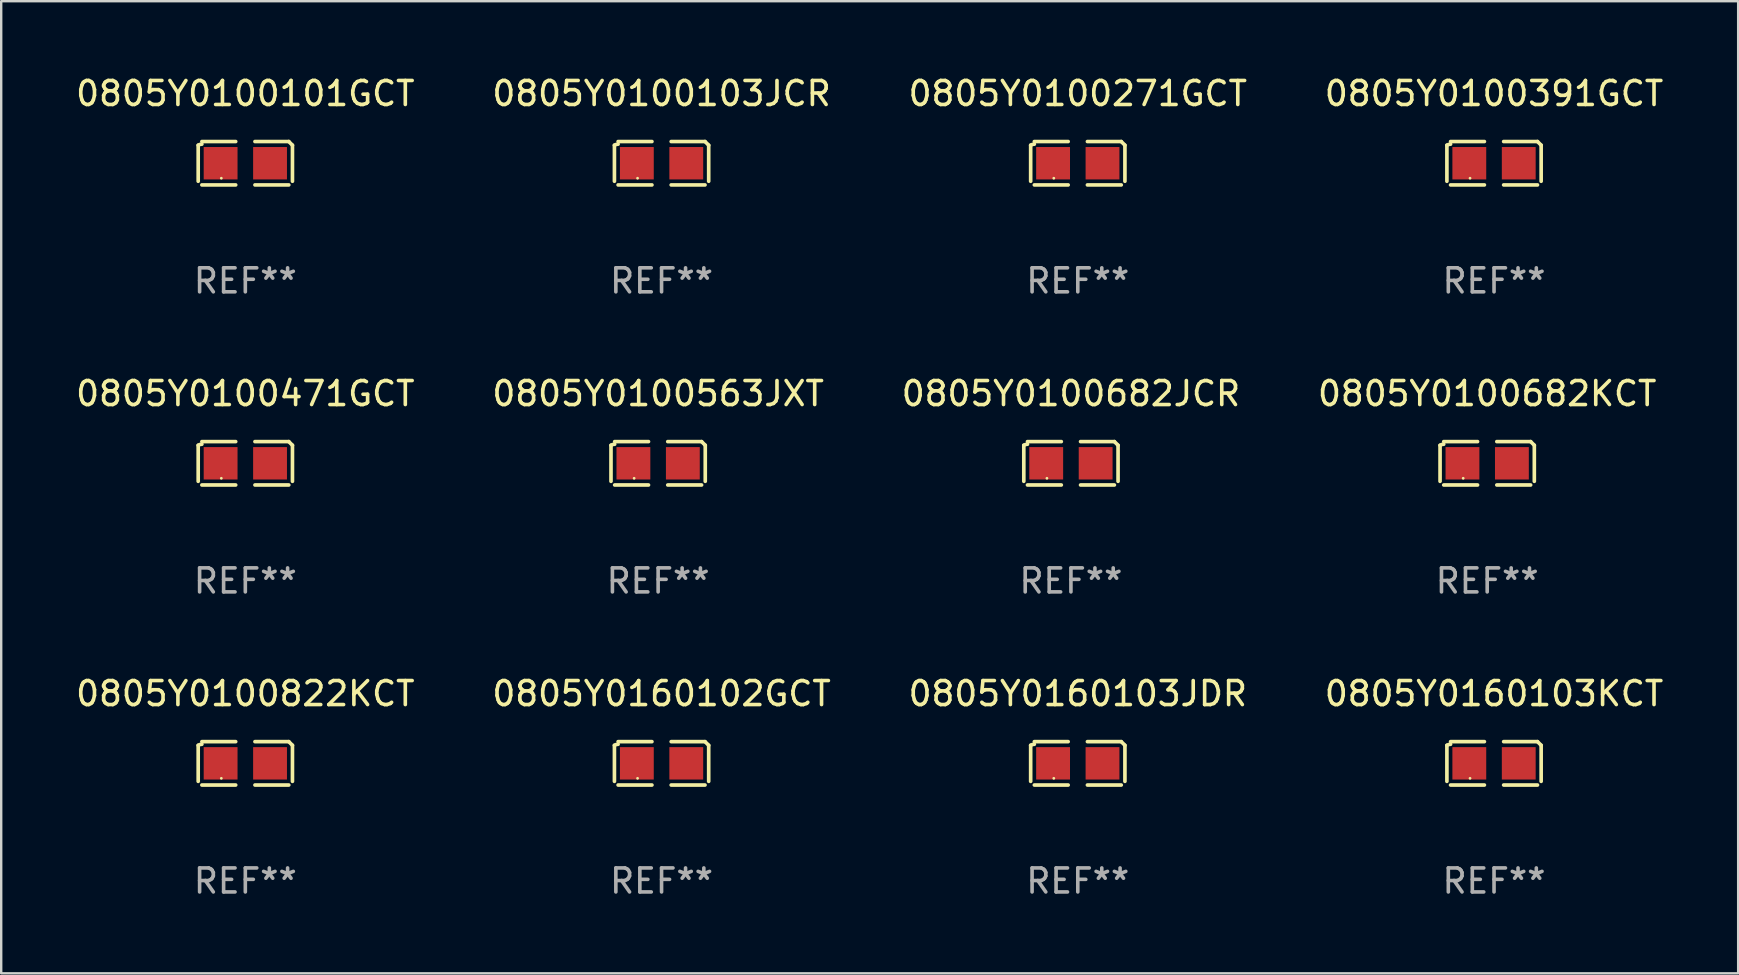
<source format=kicad_pcb>
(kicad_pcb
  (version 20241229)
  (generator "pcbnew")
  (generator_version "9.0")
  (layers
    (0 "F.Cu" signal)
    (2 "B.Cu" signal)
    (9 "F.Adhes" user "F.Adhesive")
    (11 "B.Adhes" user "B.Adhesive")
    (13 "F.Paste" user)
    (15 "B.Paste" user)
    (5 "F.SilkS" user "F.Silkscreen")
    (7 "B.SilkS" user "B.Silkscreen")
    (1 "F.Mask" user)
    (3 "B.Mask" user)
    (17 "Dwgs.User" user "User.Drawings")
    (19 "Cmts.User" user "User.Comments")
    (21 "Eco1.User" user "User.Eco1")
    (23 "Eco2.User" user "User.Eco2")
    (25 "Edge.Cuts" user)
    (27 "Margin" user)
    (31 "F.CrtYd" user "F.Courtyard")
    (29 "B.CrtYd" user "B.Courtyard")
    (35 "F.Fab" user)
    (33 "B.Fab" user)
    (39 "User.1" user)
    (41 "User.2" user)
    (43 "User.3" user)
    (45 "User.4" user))
  (footprint "0805Y0160102GCT"
    (layer "F.Cu")
    (at 24.518 28.759)
    (property "Reference" "0805Y0160102GCT" (at 0 -2.904 0) (layer "F.SilkS") (effects (font (size 1 1) (thickness 0.15))))
    (attr through_hole)
    (fp_line (start -1.964 0.751) (end -1.964 -0.751) (stroke (width 0.152) (type solid)) (layer "F.SilkS"))
    (fp_line (start -1.811 -0.904) (end -0.401 -0.904) (stroke (width 0.152) (type solid)) (layer "F.SilkS"))
    (fp_line (start -0.401 0.904) (end -1.811 0.904) (stroke (width 0.152) (type solid)) (layer "F.SilkS"))
    (fp_line (start 0.401 0.904) (end 1.811 0.904) (stroke (width 0.152) (type solid)) (layer "F.SilkS"))
    (fp_line (start 1.811 -0.904) (end 0.401 -0.904) (stroke (width 0.152) (type solid)) (layer "F.SilkS"))
    (fp_line (start 1.964 0.751) (end 1.964 -0.751) (stroke (width 0.152) (type solid)) (layer "F.SilkS"))
    (fp_arc (start -1.963602 -0.751207) (mid -1.890354 -0.783131) (end -1.811201 -0.794044) (stroke (width 0.1524) (type solid)) (layer "F.SilkS"))
    (fp_arc (start 1.811202 -0.903607) (mid 1.887413 -0.827418) (end 1.963602 -0.751207) (stroke (width 0.1524) (type solid)) (layer "F.SilkS"))
    (fp_circle (center -1 0.625) (end -0.97 0.625) (stroke (width 0.06) (type solid)) (fill no) (layer "F.SilkS"))
    (fp_text user "REF**" (at 0 4.904 0) (layer "F.Fab") (effects (font (size 1 1) (thickness 0.15))))
    (pad "1" smd rect (at -1.03 0) (size 1.41 1.35) (layers "F.Cu" "F.Mask" "F.Paste"))
    (pad "2" smd rect (at 1.03 0) (size 1.41 1.35) (layers "F.Cu" "F.Mask" "F.Paste")))
  (footprint "0805Y0100391GCT"
    (layer "F.Cu")
    (at 59.208 3.752)
    (property "Reference" "0805Y0100391GCT" (at 0 -2.904 0) (layer "F.SilkS") (effects (font (size 1 1) (thickness 0.15))))
    (attr through_hole)
    (fp_line (start -1.964 0.751) (end -1.964 -0.751) (stroke (width 0.152) (type solid)) (layer "F.SilkS"))
    (fp_line (start -1.811 -0.904) (end -0.401 -0.904) (stroke (width 0.152) (type solid)) (layer "F.SilkS"))
    (fp_line (start -0.401 0.904) (end -1.811 0.904) (stroke (width 0.152) (type solid)) (layer "F.SilkS"))
    (fp_line (start 0.401 0.904) (end 1.811 0.904) (stroke (width 0.152) (type solid)) (layer "F.SilkS"))
    (fp_line (start 1.811 -0.904) (end 0.401 -0.904) (stroke (width 0.152) (type solid)) (layer "F.SilkS"))
    (fp_line (start 1.964 0.751) (end 1.964 -0.751) (stroke (width 0.152) (type solid)) (layer "F.SilkS"))
    (fp_arc (start -1.963602 -0.751207) (mid -1.890354 -0.783131) (end -1.811201 -0.794044) (stroke (width 0.1524) (type solid)) (layer "F.SilkS"))
    (fp_arc (start 1.811202 -0.903607) (mid 1.887413 -0.827418) (end 1.963602 -0.751207) (stroke (width 0.1524) (type solid)) (layer "F.SilkS"))
    (fp_circle (center -1 0.625) (end -0.97 0.625) (stroke (width 0.06) (type solid)) (fill no) (layer "F.SilkS"))
    (fp_text user "REF**" (at 0 4.904 0) (layer "F.Fab") (effects (font (size 1 1) (thickness 0.15))))
    (pad "1" smd rect (at -1.03 0) (size 1.41 1.35) (layers "F.Cu" "F.Mask" "F.Paste"))
    (pad "2" smd rect (at 1.03 0) (size 1.41 1.35) (layers "F.Cu" "F.Mask" "F.Paste")))
  (footprint "0805Y0100271GCT"
    (layer "F.Cu")
    (at 41.863 3.752)
    (property "Reference" "0805Y0100271GCT" (at 0 -2.904 0) (layer "F.SilkS") (effects (font (size 1 1) (thickness 0.15))))
    (attr through_hole)
    (fp_line (start -1.964 0.751) (end -1.964 -0.751) (stroke (width 0.152) (type solid)) (layer "F.SilkS"))
    (fp_line (start -1.811 -0.904) (end -0.401 -0.904) (stroke (width 0.152) (type solid)) (layer "F.SilkS"))
    (fp_line (start -0.401 0.904) (end -1.811 0.904) (stroke (width 0.152) (type solid)) (layer "F.SilkS"))
    (fp_line (start 0.401 0.904) (end 1.811 0.904) (stroke (width 0.152) (type solid)) (layer "F.SilkS"))
    (fp_line (start 1.811 -0.904) (end 0.401 -0.904) (stroke (width 0.152) (type solid)) (layer "F.SilkS"))
    (fp_line (start 1.964 0.751) (end 1.964 -0.751) (stroke (width 0.152) (type solid)) (layer "F.SilkS"))
    (fp_arc (start -1.963602 -0.751207) (mid -1.890354 -0.783131) (end -1.811201 -0.794044) (stroke (width 0.1524) (type solid)) (layer "F.SilkS"))
    (fp_arc (start 1.811202 -0.903607) (mid 1.887413 -0.827418) (end 1.963602 -0.751207) (stroke (width 0.1524) (type solid)) (layer "F.SilkS"))
    (fp_circle (center -1 0.625) (end -0.97 0.625) (stroke (width 0.06) (type solid)) (fill no) (layer "F.SilkS"))
    (fp_text user "REF**" (at 0 4.904 0) (layer "F.Fab") (effects (font (size 1 1) (thickness 0.15))))
    (pad "1" smd rect (at -1.03 0) (size 1.41 1.35) (layers "F.Cu" "F.Mask" "F.Paste"))
    (pad "2" smd rect (at 1.03 0) (size 1.41 1.35) (layers "F.Cu" "F.Mask" "F.Paste")))
  (footprint "0805Y0160103KCT"
    (layer "F.Cu")
    (at 59.208 28.759)
    (property "Reference" "0805Y0160103KCT" (at 0 -2.904 0) (layer "F.SilkS") (effects (font (size 1 1) (thickness 0.15))))
    (attr through_hole)
    (fp_line (start -1.964 0.751) (end -1.964 -0.751) (stroke (width 0.152) (type solid)) (layer "F.SilkS"))
    (fp_line (start -1.811 -0.904) (end -0.401 -0.904) (stroke (width 0.152) (type solid)) (layer "F.SilkS"))
    (fp_line (start -0.401 0.904) (end -1.811 0.904) (stroke (width 0.152) (type solid)) (layer "F.SilkS"))
    (fp_line (start 0.401 0.904) (end 1.811 0.904) (stroke (width 0.152) (type solid)) (layer "F.SilkS"))
    (fp_line (start 1.811 -0.904) (end 0.401 -0.904) (stroke (width 0.152) (type solid)) (layer "F.SilkS"))
    (fp_line (start 1.964 0.751) (end 1.964 -0.751) (stroke (width 0.152) (type solid)) (layer "F.SilkS"))
    (fp_arc (start -1.963602 -0.751207) (mid -1.890354 -0.783131) (end -1.811201 -0.794044) (stroke (width 0.1524) (type solid)) (layer "F.SilkS"))
    (fp_arc (start 1.811202 -0.903607) (mid 1.887413 -0.827418) (end 1.963602 -0.751207) (stroke (width 0.1524) (type solid)) (layer "F.SilkS"))
    (fp_circle (center -1 0.625) (end -0.97 0.625) (stroke (width 0.06) (type solid)) (fill no) (layer "F.SilkS"))
    (fp_text user "REF**" (at 0 4.904 0) (layer "F.Fab") (effects (font (size 1 1) (thickness 0.15))))
    (pad "1" smd rect (at -1.03 0) (size 1.41 1.35) (layers "F.Cu" "F.Mask" "F.Paste"))
    (pad "2" smd rect (at 1.03 0) (size 1.41 1.35) (layers "F.Cu" "F.Mask" "F.Paste")))
  (footprint "0805Y0100682JCR"
    (layer "F.Cu")
    (at 41.577 16.256)
    (property "Reference" "0805Y0100682JCR" (at 0 -2.904 0) (layer "F.SilkS") (effects (font (size 1 1) (thickness 0.15))))
    (attr through_hole)
    (fp_line (start -1.964 0.751) (end -1.964 -0.751) (stroke (width 0.152) (type solid)) (layer "F.SilkS"))
    (fp_line (start -1.811 -0.904) (end -0.401 -0.904) (stroke (width 0.152) (type solid)) (layer "F.SilkS"))
    (fp_line (start -0.401 0.904) (end -1.811 0.904) (stroke (width 0.152) (type solid)) (layer "F.SilkS"))
    (fp_line (start 0.401 0.904) (end 1.811 0.904) (stroke (width 0.152) (type solid)) (layer "F.SilkS"))
    (fp_line (start 1.811 -0.904) (end 0.401 -0.904) (stroke (width 0.152) (type solid)) (layer "F.SilkS"))
    (fp_line (start 1.964 0.751) (end 1.964 -0.751) (stroke (width 0.152) (type solid)) (layer "F.SilkS"))
    (fp_arc (start -1.963602 -0.751207) (mid -1.890354 -0.783131) (end -1.811201 -0.794044) (stroke (width 0.1524) (type solid)) (layer "F.SilkS"))
    (fp_arc (start 1.811202 -0.903607) (mid 1.887413 -0.827418) (end 1.963602 -0.751207) (stroke (width 0.1524) (type solid)) (layer "F.SilkS"))
    (fp_circle (center -1 0.625) (end -0.97 0.625) (stroke (width 0.06) (type solid)) (fill no) (layer "F.SilkS"))
    (fp_text user "REF**" (at 0 4.904 0) (layer "F.Fab") (effects (font (size 1 1) (thickness 0.15))))
    (pad "1" smd rect (at -1.03 0) (size 1.41 1.35) (layers "F.Cu" "F.Mask" "F.Paste"))
    (pad "2" smd rect (at 1.03 0) (size 1.41 1.35) (layers "F.Cu" "F.Mask" "F.Paste")))
  (footprint "0805Y0100682KCT"
    (layer "F.Cu")
    (at 58.923 16.256)
    (property "Reference" "0805Y0100682KCT" (at 0 -2.904 0) (layer "F.SilkS") (effects (font (size 1 1) (thickness 0.15))))
    (attr through_hole)
    (fp_line (start -1.964 0.751) (end -1.964 -0.751) (stroke (width 0.152) (type solid)) (layer "F.SilkS"))
    (fp_line (start -1.811 -0.904) (end -0.401 -0.904) (stroke (width 0.152) (type solid)) (layer "F.SilkS"))
    (fp_line (start -0.401 0.904) (end -1.811 0.904) (stroke (width 0.152) (type solid)) (layer "F.SilkS"))
    (fp_line (start 0.401 0.904) (end 1.811 0.904) (stroke (width 0.152) (type solid)) (layer "F.SilkS"))
    (fp_line (start 1.811 -0.904) (end 0.401 -0.904) (stroke (width 0.152) (type solid)) (layer "F.SilkS"))
    (fp_line (start 1.964 0.751) (end 1.964 -0.751) (stroke (width 0.152) (type solid)) (layer "F.SilkS"))
    (fp_arc (start -1.963602 -0.751207) (mid -1.890354 -0.783131) (end -1.811201 -0.794044) (stroke (width 0.1524) (type solid)) (layer "F.SilkS"))
    (fp_arc (start 1.811202 -0.903607) (mid 1.887413 -0.827418) (end 1.963602 -0.751207) (stroke (width 0.1524) (type solid)) (layer "F.SilkS"))
    (fp_circle (center -1 0.625) (end -0.97 0.625) (stroke (width 0.06) (type solid)) (fill no) (layer "F.SilkS"))
    (fp_text user "REF**" (at 0 4.904 0) (layer "F.Fab") (effects (font (size 1 1) (thickness 0.15))))
    (pad "1" smd rect (at -1.03 0) (size 1.41 1.35) (layers "F.Cu" "F.Mask" "F.Paste"))
    (pad "2" smd rect (at 1.03 0) (size 1.41 1.35) (layers "F.Cu" "F.Mask" "F.Paste")))
  (footprint "0805Y0100101GCT"
    (layer "F.Cu")
    (at 7.173 3.752)
    (property "Reference" "0805Y0100101GCT" (at 0 -2.904 0) (layer "F.SilkS") (effects (font (size 1 1) (thickness 0.15))))
    (attr through_hole)
    (fp_line (start -1.964 0.751) (end -1.964 -0.751) (stroke (width 0.152) (type solid)) (layer "F.SilkS"))
    (fp_line (start -1.811 -0.904) (end -0.401 -0.904) (stroke (width 0.152) (type solid)) (layer "F.SilkS"))
    (fp_line (start -0.401 0.904) (end -1.811 0.904) (stroke (width 0.152) (type solid)) (layer "F.SilkS"))
    (fp_line (start 0.401 0.904) (end 1.811 0.904) (stroke (width 0.152) (type solid)) (layer "F.SilkS"))
    (fp_line (start 1.811 -0.904) (end 0.401 -0.904) (stroke (width 0.152) (type solid)) (layer "F.SilkS"))
    (fp_line (start 1.964 0.751) (end 1.964 -0.751) (stroke (width 0.152) (type solid)) (layer "F.SilkS"))
    (fp_arc (start -1.963602 -0.751207) (mid -1.890354 -0.783131) (end -1.811201 -0.794044) (stroke (width 0.1524) (type solid)) (layer "F.SilkS"))
    (fp_arc (start 1.811202 -0.903607) (mid 1.887413 -0.827418) (end 1.963602 -0.751207) (stroke (width 0.1524) (type solid)) (layer "F.SilkS"))
    (fp_circle (center -1 0.625) (end -0.97 0.625) (stroke (width 0.06) (type solid)) (fill no) (layer "F.SilkS"))
    (fp_text user "REF**" (at 0 4.904 0) (layer "F.Fab") (effects (font (size 1 1) (thickness 0.15))))
    (pad "1" smd rect (at -1.03 0) (size 1.41 1.35) (layers "F.Cu" "F.Mask" "F.Paste"))
    (pad "2" smd rect (at 1.03 0) (size 1.41 1.35) (layers "F.Cu" "F.Mask" "F.Paste")))
  (footprint "0805Y0160103JDR"
    (layer "F.Cu")
    (at 41.863 28.759)
    (property "Reference" "0805Y0160103JDR" (at 0 -2.904 0) (layer "F.SilkS") (effects (font (size 1 1) (thickness 0.15))))
    (attr through_hole)
    (fp_line (start -1.964 0.751) (end -1.964 -0.751) (stroke (width 0.152) (type solid)) (layer "F.SilkS"))
    (fp_line (start -1.811 -0.904) (end -0.401 -0.904) (stroke (width 0.152) (type solid)) (layer "F.SilkS"))
    (fp_line (start -0.401 0.904) (end -1.811 0.904) (stroke (width 0.152) (type solid)) (layer "F.SilkS"))
    (fp_line (start 0.401 0.904) (end 1.811 0.904) (stroke (width 0.152) (type solid)) (layer "F.SilkS"))
    (fp_line (start 1.811 -0.904) (end 0.401 -0.904) (stroke (width 0.152) (type solid)) (layer "F.SilkS"))
    (fp_line (start 1.964 0.751) (end 1.964 -0.751) (stroke (width 0.152) (type solid)) (layer "F.SilkS"))
    (fp_arc (start -1.963602 -0.751207) (mid -1.890354 -0.783131) (end -1.811201 -0.794044) (stroke (width 0.1524) (type solid)) (layer "F.SilkS"))
    (fp_arc (start 1.811202 -0.903607) (mid 1.887413 -0.827418) (end 1.963602 -0.751207) (stroke (width 0.1524) (type solid)) (layer "F.SilkS"))
    (fp_circle (center -1 0.625) (end -0.97 0.625) (stroke (width 0.06) (type solid)) (fill no) (layer "F.SilkS"))
    (fp_text user "REF**" (at 0 4.904 0) (layer "F.Fab") (effects (font (size 1 1) (thickness 0.15))))
    (pad "1" smd rect (at -1.03 0) (size 1.41 1.35) (layers "F.Cu" "F.Mask" "F.Paste"))
    (pad "2" smd rect (at 1.03 0) (size 1.41 1.35) (layers "F.Cu" "F.Mask" "F.Paste")))
  (footprint "0805Y0100822KCT"
    (layer "F.Cu")
    (at 7.173 28.759)
    (property "Reference" "0805Y0100822KCT" (at 0 -2.904 0) (layer "F.SilkS") (effects (font (size 1 1) (thickness 0.15))))
    (attr through_hole)
    (fp_line (start -1.964 0.751) (end -1.964 -0.751) (stroke (width 0.152) (type solid)) (layer "F.SilkS"))
    (fp_line (start -1.811 -0.904) (end -0.401 -0.904) (stroke (width 0.152) (type solid)) (layer "F.SilkS"))
    (fp_line (start -0.401 0.904) (end -1.811 0.904) (stroke (width 0.152) (type solid)) (layer "F.SilkS"))
    (fp_line (start 0.401 0.904) (end 1.811 0.904) (stroke (width 0.152) (type solid)) (layer "F.SilkS"))
    (fp_line (start 1.811 -0.904) (end 0.401 -0.904) (stroke (width 0.152) (type solid)) (layer "F.SilkS"))
    (fp_line (start 1.964 0.751) (end 1.964 -0.751) (stroke (width 0.152) (type solid)) (layer "F.SilkS"))
    (fp_arc (start -1.963602 -0.751207) (mid -1.890354 -0.783131) (end -1.811201 -0.794044) (stroke (width 0.1524) (type solid)) (layer "F.SilkS"))
    (fp_arc (start 1.811202 -0.903607) (mid 1.887413 -0.827418) (end 1.963602 -0.751207) (stroke (width 0.1524) (type solid)) (layer "F.SilkS"))
    (fp_circle (center -1 0.625) (end -0.97 0.625) (stroke (width 0.06) (type solid)) (fill no) (layer "F.SilkS"))
    (fp_text user "REF**" (at 0 4.904 0) (layer "F.Fab") (effects (font (size 1 1) (thickness 0.15))))
    (pad "1" smd rect (at -1.03 0) (size 1.41 1.35) (layers "F.Cu" "F.Mask" "F.Paste"))
    (pad "2" smd rect (at 1.03 0) (size 1.41 1.35) (layers "F.Cu" "F.Mask" "F.Paste")))
  (footprint "0805Y0100471GCT"
    (layer "F.Cu")
    (at 7.173 16.256)
    (property "Reference" "0805Y0100471GCT" (at 0 -2.904 0) (layer "F.SilkS") (effects (font (size 1 1) (thickness 0.15))))
    (attr through_hole)
    (fp_line (start -1.964 0.751) (end -1.964 -0.751) (stroke (width 0.152) (type solid)) (layer "F.SilkS"))
    (fp_line (start -1.811 -0.904) (end -0.401 -0.904) (stroke (width 0.152) (type solid)) (layer "F.SilkS"))
    (fp_line (start -0.401 0.904) (end -1.811 0.904) (stroke (width 0.152) (type solid)) (layer "F.SilkS"))
    (fp_line (start 0.401 0.904) (end 1.811 0.904) (stroke (width 0.152) (type solid)) (layer "F.SilkS"))
    (fp_line (start 1.811 -0.904) (end 0.401 -0.904) (stroke (width 0.152) (type solid)) (layer "F.SilkS"))
    (fp_line (start 1.964 0.751) (end 1.964 -0.751) (stroke (width 0.152) (type solid)) (layer "F.SilkS"))
    (fp_arc (start -1.963602 -0.751207) (mid -1.890354 -0.783131) (end -1.811201 -0.794044) (stroke (width 0.1524) (type solid)) (layer "F.SilkS"))
    (fp_arc (start 1.811202 -0.903607) (mid 1.887413 -0.827418) (end 1.963602 -0.751207) (stroke (width 0.1524) (type solid)) (layer "F.SilkS"))
    (fp_circle (center -1 0.625) (end -0.97 0.625) (stroke (width 0.06) (type solid)) (fill no) (layer "F.SilkS"))
    (fp_text user "REF**" (at 0 4.904 0) (layer "F.Fab") (effects (font (size 1 1) (thickness 0.15))))
    (pad "1" smd rect (at -1.03 0) (size 1.41 1.35) (layers "F.Cu" "F.Mask" "F.Paste"))
    (pad "2" smd rect (at 1.03 0) (size 1.41 1.35) (layers "F.Cu" "F.Mask" "F.Paste")))
  (footprint "0805Y0100563JXT"
    (layer "F.Cu")
    (at 24.375 16.256)
    (property "Reference" "0805Y0100563JXT" (at 0 -2.904 0) (layer "F.SilkS") (effects (font (size 1 1) (thickness 0.15))))
    (attr through_hole)
    (fp_line (start -1.964 0.751) (end -1.964 -0.751) (stroke (width 0.152) (type solid)) (layer "F.SilkS"))
    (fp_line (start -1.811 -0.904) (end -0.401 -0.904) (stroke (width 0.152) (type solid)) (layer "F.SilkS"))
    (fp_line (start -0.401 0.904) (end -1.811 0.904) (stroke (width 0.152) (type solid)) (layer "F.SilkS"))
    (fp_line (start 0.401 0.904) (end 1.811 0.904) (stroke (width 0.152) (type solid)) (layer "F.SilkS"))
    (fp_line (start 1.811 -0.904) (end 0.401 -0.904) (stroke (width 0.152) (type solid)) (layer "F.SilkS"))
    (fp_line (start 1.964 0.751) (end 1.964 -0.751) (stroke (width 0.152) (type solid)) (layer "F.SilkS"))
    (fp_arc (start -1.963602 -0.751207) (mid -1.890354 -0.783131) (end -1.811201 -0.794044) (stroke (width 0.1524) (type solid)) (layer "F.SilkS"))
    (fp_arc (start 1.811202 -0.903607) (mid 1.887413 -0.827418) (end 1.963602 -0.751207) (stroke (width 0.1524) (type solid)) (layer "F.SilkS"))
    (fp_circle (center -1 0.625) (end -0.97 0.625) (stroke (width 0.06) (type solid)) (fill no) (layer "F.SilkS"))
    (fp_text user "REF**" (at 0 4.904 0) (layer "F.Fab") (effects (font (size 1 1) (thickness 0.15))))
    (pad "1" smd rect (at -1.03 0) (size 1.41 1.35) (layers "F.Cu" "F.Mask" "F.Paste"))
    (pad "2" smd rect (at 1.03 0) (size 1.41 1.35) (layers "F.Cu" "F.Mask" "F.Paste")))
  (footprint "0805Y0100103JCR"
    (layer "F.Cu")
    (at 24.518 3.752)
    (property "Reference" "0805Y0100103JCR" (at 0 -2.904 0) (layer "F.SilkS") (effects (font (size 1 1) (thickness 0.15))))
    (attr through_hole)
    (fp_line (start -1.964 0.751) (end -1.964 -0.751) (stroke (width 0.152) (type solid)) (layer "F.SilkS"))
    (fp_line (start -1.811 -0.904) (end -0.401 -0.904) (stroke (width 0.152) (type solid)) (layer "F.SilkS"))
    (fp_line (start -0.401 0.904) (end -1.811 0.904) (stroke (width 0.152) (type solid)) (layer "F.SilkS"))
    (fp_line (start 0.401 0.904) (end 1.811 0.904) (stroke (width 0.152) (type solid)) (layer "F.SilkS"))
    (fp_line (start 1.811 -0.904) (end 0.401 -0.904) (stroke (width 0.152) (type solid)) (layer "F.SilkS"))
    (fp_line (start 1.964 0.751) (end 1.964 -0.751) (stroke (width 0.152) (type solid)) (layer "F.SilkS"))
    (fp_arc (start -1.963602 -0.751207) (mid -1.890354 -0.783131) (end -1.811201 -0.794044) (stroke (width 0.1524) (type solid)) (layer "F.SilkS"))
    (fp_arc (start 1.811202 -0.903607) (mid 1.887413 -0.827418) (end 1.963602 -0.751207) (stroke (width 0.1524) (type solid)) (layer "F.SilkS"))
    (fp_circle (center -1 0.625) (end -0.97 0.625) (stroke (width 0.06) (type solid)) (fill no) (layer "F.SilkS"))
    (fp_text user "REF**" (at 0 4.904 0) (layer "F.Fab") (effects (font (size 1 1) (thickness 0.15))))
    (pad "1" smd rect (at -1.03 0) (size 1.41 1.35) (layers "F.Cu" "F.Mask" "F.Paste"))
    (pad "2" smd rect (at 1.03 0) (size 1.41 1.35) (layers "F.Cu" "F.Mask" "F.Paste")))
  (gr_rect
    (start -3 -3)
    (end 69.381 37.511)
    (stroke (width 0.1) (type default))
    (fill no)
    (layer "Edge.Cuts")))
</source>
